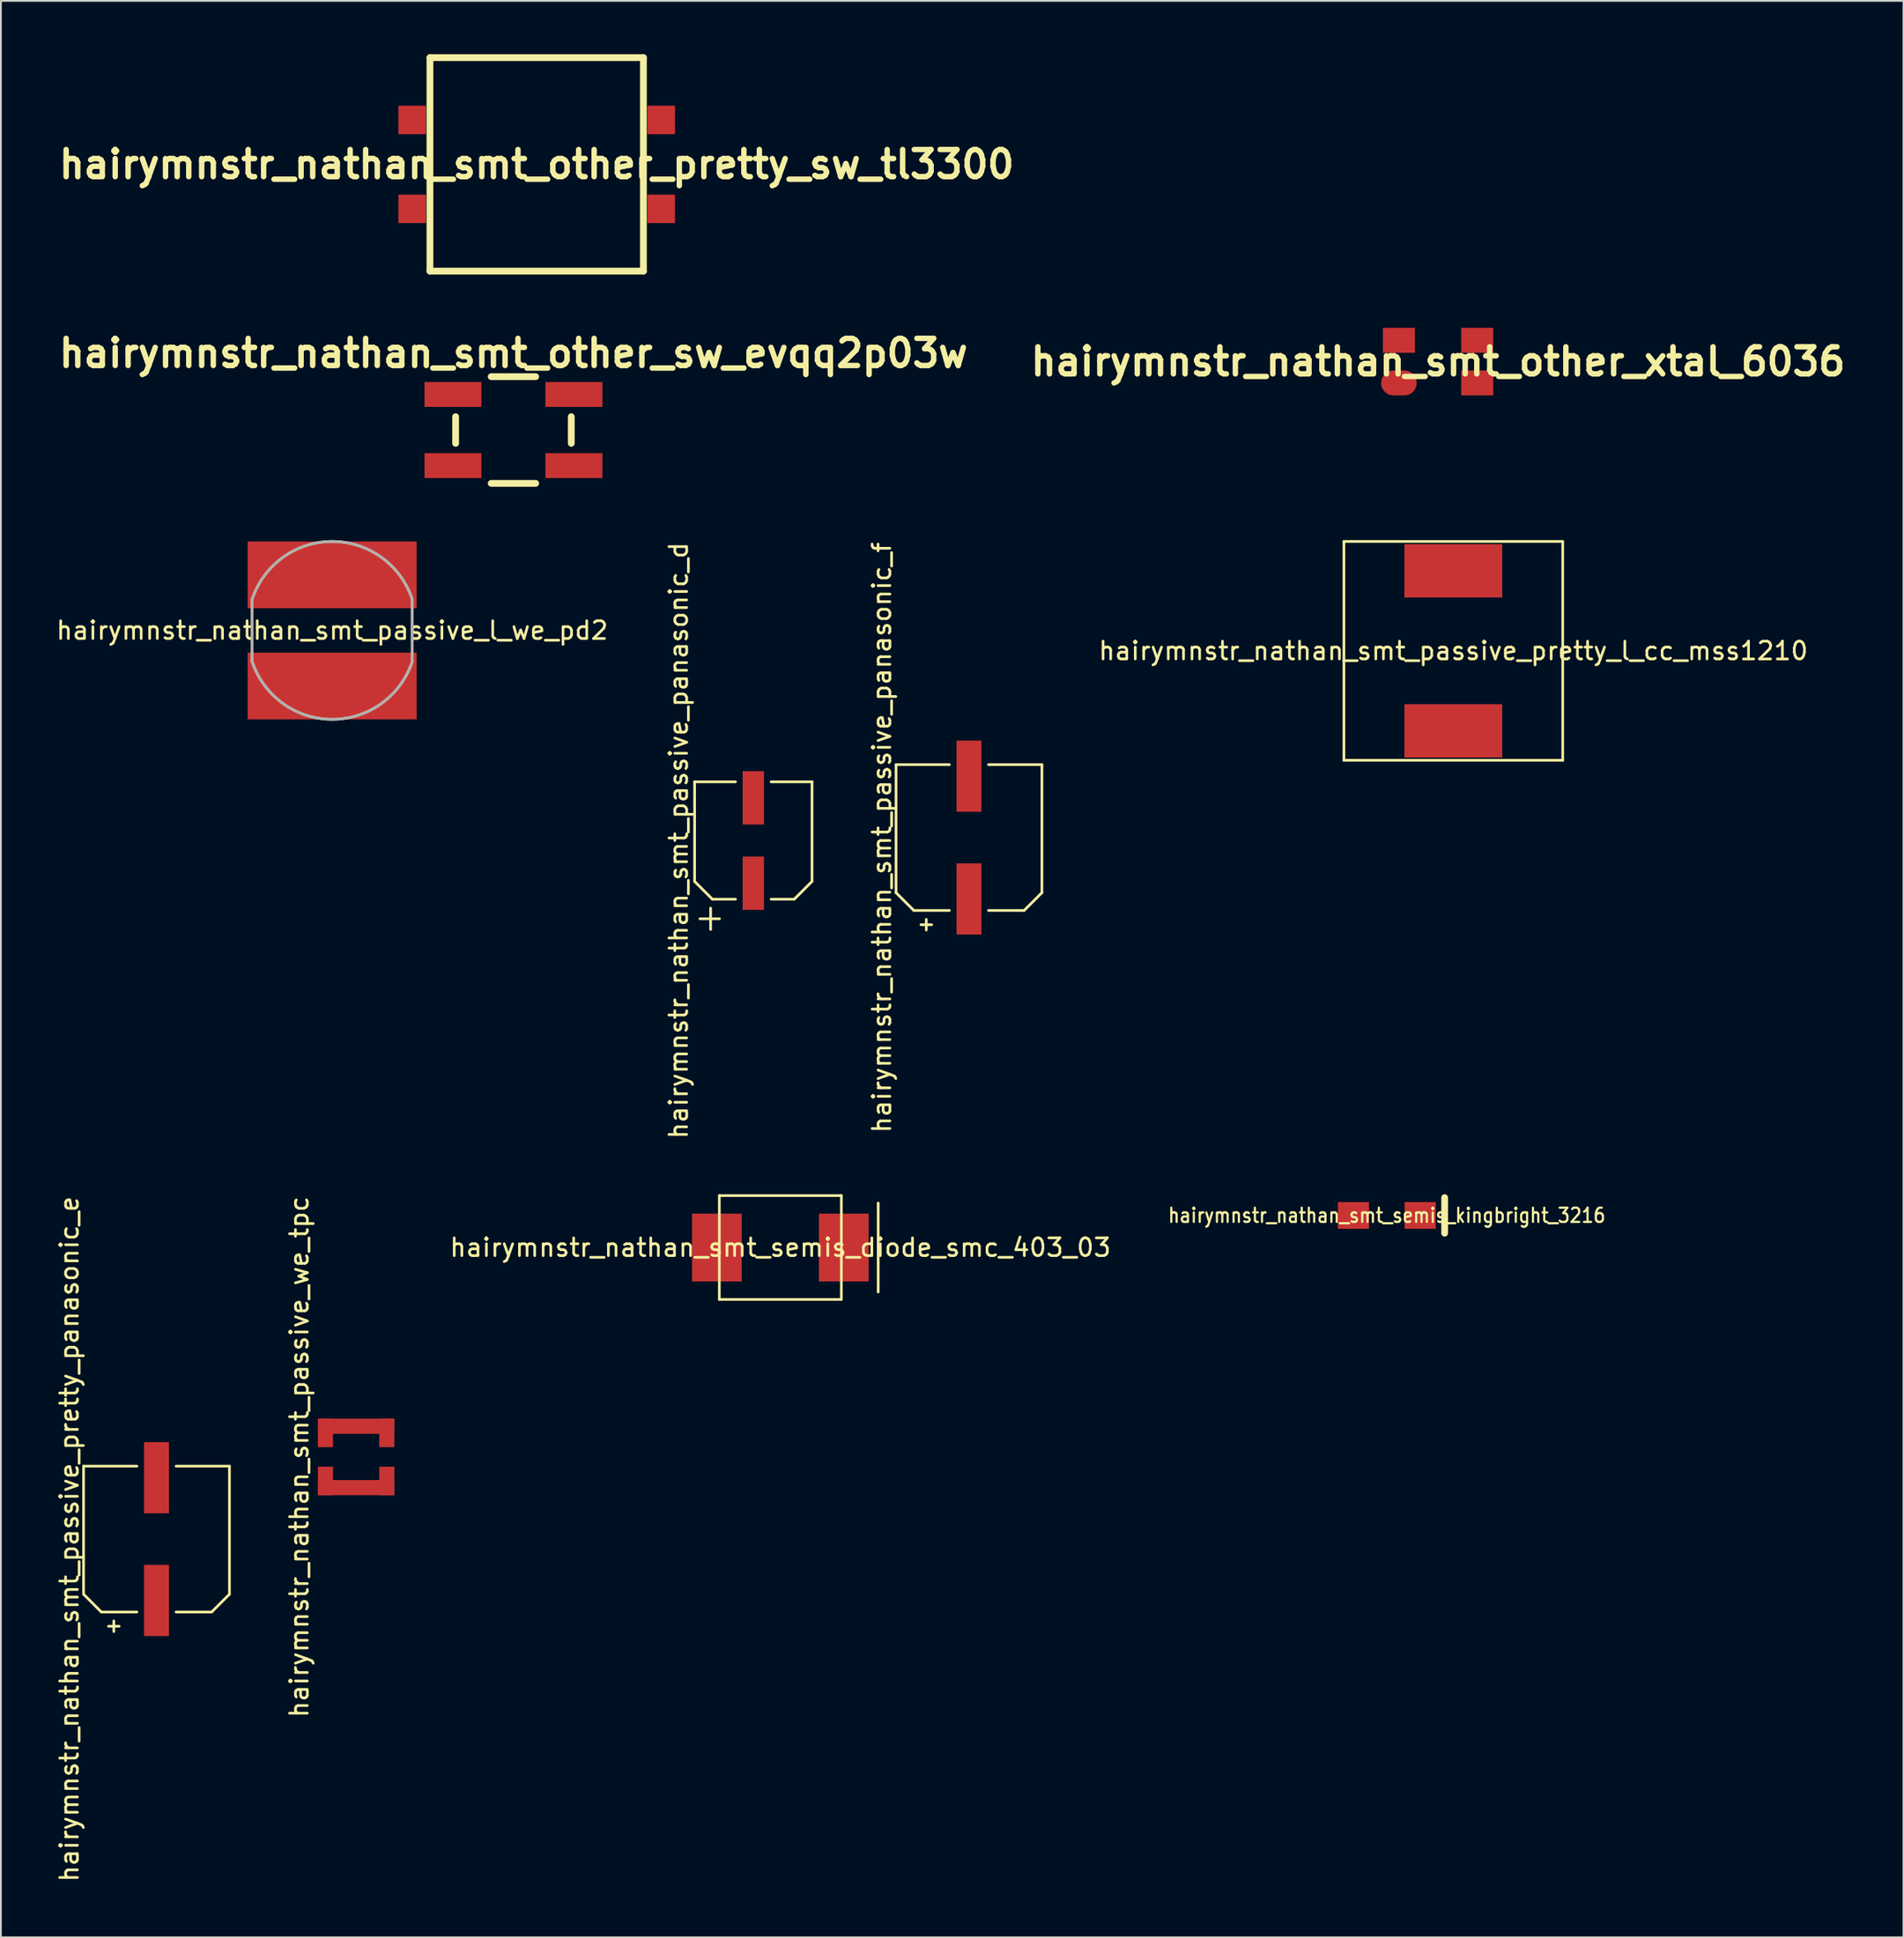
<source format=kicad_pcb>
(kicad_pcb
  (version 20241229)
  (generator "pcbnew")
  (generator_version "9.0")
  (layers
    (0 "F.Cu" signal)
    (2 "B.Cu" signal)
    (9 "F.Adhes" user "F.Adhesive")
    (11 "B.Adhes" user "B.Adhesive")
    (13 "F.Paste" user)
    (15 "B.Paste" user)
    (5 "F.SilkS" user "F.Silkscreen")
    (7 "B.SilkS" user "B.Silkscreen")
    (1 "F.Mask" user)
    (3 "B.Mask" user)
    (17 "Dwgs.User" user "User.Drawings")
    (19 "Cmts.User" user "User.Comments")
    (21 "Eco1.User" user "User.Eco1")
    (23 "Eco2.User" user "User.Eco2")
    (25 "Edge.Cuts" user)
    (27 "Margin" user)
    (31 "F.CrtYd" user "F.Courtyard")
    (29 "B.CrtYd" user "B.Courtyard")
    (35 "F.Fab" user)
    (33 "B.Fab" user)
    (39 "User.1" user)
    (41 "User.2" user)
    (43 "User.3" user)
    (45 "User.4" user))
  (footprint "hairymnstr_nathan_smt_passive_we_tpc"
    (layer "F.Cu")
    (at 16.971 78.857)
    (property "Reference" "hairymnstr_nathan_smt_passive_we_tpc" (at -3.2 0 90) (layer "F.SilkS") (effects (font (size 1 1) (thickness 0.15))))
    (attr smd)
    (pad "1" smd rect (at -1.725 1.35) (size 0.85 1.6) (layers "F.Cu" "F.Mask" "F.Paste"))
    (pad "1" smd rect (at 0 1.725) (size 4.3 0.85) (layers "F.Cu" "F.Mask" "F.Paste"))
    (pad "1" smd rect (at 1.725 1.35) (size 0.85 1.6) (layers "F.Cu" "F.Mask" "F.Paste"))
    (pad "2" smd rect (at -1.725 -1.35) (size 0.85 1.6) (layers "F.Cu" "F.Mask" "F.Paste"))
    (pad "2" smd rect (at 0 -1.725) (size 4.3 0.85) (layers "F.Cu" "F.Mask" "F.Paste"))
    (pad "2" smd rect (at 1.725 -1.35) (size 0.85 1.6) (layers "F.Cu" "F.Mask" "F.Paste")))
  (footprint "hairymnstr_nathan_smt_passive_pretty_l_cc_mss1210"
    (layer "F.Cu")
    (at 78.65 33.541)
    (property "Reference" "hairymnstr_nathan_smt_passive_pretty_l_cc_mss1210" (at 0 0 0) (layer "F.SilkS") (effects (font (size 1 1) (thickness 0.15))))
    (attr through_hole)
    (fp_line (start -6.15 -6.15) (end 6.15 -6.15) (stroke (width 0.15) (type solid)) (layer "F.SilkS"))
    (fp_line (start -6.15 6.15) (end -6.15 -6.15) (stroke (width 0.15) (type solid)) (layer "F.SilkS"))
    (fp_line (start 6.15 -6.15) (end 6.15 6.15) (stroke (width 0.15) (type solid)) (layer "F.SilkS"))
    (fp_line (start 6.15 6.15) (end -6.15 6.15) (stroke (width 0.15) (type solid)) (layer "F.SilkS"))
    (pad "1" smd rect (at 0 -4.5) (size 5.5 3) (layers "F.Cu" "F.Mask" "F.Paste"))
    (pad "2" smd rect (at 0 4.5) (size 5.5 3) (layers "F.Cu" "F.Mask" "F.Paste")))
  (footprint "hairymnstr_nathan_smt_semis_diode_smc_403_03"
    (layer "F.Cu")
    (at 40.818 67.085)
    (property "Reference" "hairymnstr_nathan_smt_semis_diode_smc_403_03" (at 0 0 0) (layer "F.SilkS") (effects (font (size 1 1) (thickness 0.15))))
    (attr smd)
    (fp_line (start -3.43 -2.92) (end 3.43 -2.92) (stroke (width 0.15) (type solid)) (layer "F.SilkS"))
    (fp_line (start -3.43 2.92) (end -3.43 -2.92) (stroke (width 0.15) (type solid)) (layer "F.SilkS"))
    (fp_line (start 3.43 -2.92) (end 3.43 2.92) (stroke (width 0.15) (type solid)) (layer "F.SilkS"))
    (fp_line (start 3.43 2.92) (end -3.43 2.92) (stroke (width 0.15) (type solid)) (layer "F.SilkS"))
    (fp_line (start 5.5 -2.5) (end 5.5 2.5) (stroke (width 0.15) (type solid)) (layer "F.SilkS"))
    (pad "1" smd rect (at -3.568 0) (size 2.794 3.81) (layers "F.Cu" "F.Mask" "F.Paste"))
    (pad "2" smd rect (at 3.568 0) (size 2.794 3.81) (layers "F.Cu" "F.Mask" "F.Paste")))
  (footprint "hairymnstr_nathan_smt_other_xtal_6036"
    (layer "F.Cu")
    (at 77.792 17.28)
    (property "Reference" "hairymnstr_nathan_smt_other_xtal_6036" (at 0 0 0) (layer "F.SilkS") (effects (font (size 1.524 1.524) (thickness 0.305))))
    (attr smd)
    (pad "1" smd oval (at -2.2 1.199) (size 1.999 1.4) (layers "F.Cu" "F.Mask" "F.Paste"))
    (pad "2" smd rect (at 2.2 1.199) (size 1.801 1.4) (layers "F.Cu" "F.Mask" "F.Paste"))
    (pad "3" smd rect (at 2.2 -1.199) (size 1.801 1.4) (layers "F.Cu" "F.Mask" "F.Paste"))
    (pad "4" smd rect (at -2.2 -1.199) (size 1.801 1.4) (layers "F.Cu" "F.Mask" "F.Paste")))
  (footprint "hairymnstr_nathan_smt_semis_kingbright_3216"
    (layer "F.Cu")
    (at 74.912 65.28)
    (property "Reference" "hairymnstr_nathan_smt_semis_kingbright_3216" (at 0 0 0) (layer "F.SilkS") (effects (font (size 0.8 0.7) (thickness 0.123))))
    (attr smd)
    (fp_line (start 3.25 -1) (end 3.25 1) (stroke (width 0.381) (type solid)) (layer "F.SilkS"))
    (pad "1" smd rect (at -1.875 0) (size 1.75 1.5) (layers "F.Cu" "F.Mask" "F.Paste"))
    (pad "2" smd rect (at 1.875 0) (size 1.75 1.5) (layers "F.Cu" "F.Mask" "F.Paste")))
  (footprint "hairymnstr_nathan_smt_other_pretty_sw_tl3300"
    (layer "F.Cu")
    (at 27.12 6.191)
    (property "Reference" "hairymnstr_nathan_smt_other_pretty_sw_tl3300" (at 0 0 0) (layer "F.SilkS") (effects (font (size 1.524 1.524) (thickness 0.305))))
    (attr smd)
    (fp_line (start -6 -6) (end -6 6) (stroke (width 0.381) (type solid)) (layer "F.SilkS"))
    (fp_line (start -6 6) (end 6 6) (stroke (width 0.381) (type solid)) (layer "F.SilkS"))
    (fp_line (start 6 -6) (end -6 -6) (stroke (width 0.381) (type solid)) (layer "F.SilkS"))
    (fp_line (start 6 6) (end 6 -6) (stroke (width 0.381) (type solid)) (layer "F.SilkS"))
    (pad "1" smd rect (at -7 -2.5) (size 1.55 1.6) (layers "F.Cu" "F.Mask" "F.Paste"))
    (pad "2" smd rect (at -7 2.5) (size 1.55 1.6) (layers "F.Cu" "F.Mask" "F.Paste"))
    (pad "3" smd rect (at 7 -2.5) (size 1.55 1.6) (layers "F.Cu" "F.Mask" "F.Paste"))
    (pad "4" smd rect (at 7 2.5) (size 1.55 1.6) (layers "F.Cu" "F.Mask" "F.Paste")))
  (footprint "hairymnstr_nathan_smt_passive_panasonic_f"
    (layer "F.Cu")
    (at 51.422 44.036)
    (property "Reference" "hairymnstr_nathan_smt_passive_panasonic_f" (at -4.9 0 90) (layer "F.SilkS") (effects (font (size 1 1) (thickness 0.15))))
    (attr through_hole)
    (fp_line (start -4.1 -4.1) (end -4.1 3.1) (stroke (width 0.15) (type solid)) (layer "F.SilkS"))
    (fp_line (start -4.1 -4.1) (end -1.1 -4.1) (stroke (width 0.15) (type solid)) (layer "F.SilkS"))
    (fp_line (start -4.1 3.1) (end -3.1 4.1) (stroke (width 0.15) (type solid)) (layer "F.SilkS"))
    (fp_line (start -3.1 4.1) (end -1.1 4.1) (stroke (width 0.15) (type solid)) (layer "F.SilkS"))
    (fp_line (start -2.7 4.9) (end -2.1 4.9) (stroke (width 0.15) (type solid)) (layer "F.SilkS"))
    (fp_line (start -2.4 4.6) (end -2.4 5.2) (stroke (width 0.15) (type solid)) (layer "F.SilkS"))
    (fp_line (start 1.1 -4.1) (end 4.1 -4.1) (stroke (width 0.15) (type solid)) (layer "F.SilkS"))
    (fp_line (start 3.1 4.1) (end 1.1 4.1) (stroke (width 0.15) (type solid)) (layer "F.SilkS"))
    (fp_line (start 4.1 -4.1) (end 4.1 3.1) (stroke (width 0.15) (type solid)) (layer "F.SilkS"))
    (fp_line (start 4.1 3.1) (end 3.1 4.1) (stroke (width 0.15) (type solid)) (layer "F.SilkS"))
    (pad "1" smd rect (at 0 3.45) (size 1.4 4) (layers "F.Cu" "F.Mask" "F.Paste"))
    (pad "2" smd rect (at 0 -3.45) (size 1.4 4) (layers "F.Cu" "F.Mask" "F.Paste")))
  (footprint "hairymnstr_nathan_smt_passive_l_we_pd2"
    (layer "F.Cu")
    (at 15.625 32.391)
    (property "Reference" "hairymnstr_nathan_smt_passive_l_we_pd2" (at 0 0 0) (layer "F.SilkS") (effects (font (size 1 1) (thickness 0.15))))
    (attr smd)
    (fp_line (start -4.5 -1.75) (end -4.5 1.75) (stroke (width 0.15) (type solid)) (layer "F.SilkS"))
    (fp_line (start 4.5 -1.75) (end 4.5 1.75) (stroke (width 0.15) (type solid)) (layer "F.SilkS"))
    (fp_arc (start -4.5 -1.75) (mid 0.001678 -5.000263) (end 4.501054 -1.746814) (stroke (width 0.15) (type solid)) (layer "F.SilkS"))
    (fp_arc (start 4.5 1.75) (mid -0.001678 5.000263) (end -4.501054 1.746814) (stroke (width 0.15) (type solid)) (layer "F.SilkS"))
    (fp_line (start -4.5 -1.75) (end -4.5 1.75) (stroke (width 0.15) (type solid)) (layer "F.Fab"))
    (fp_line (start 4.5 -1.75) (end 4.5 1.75) (stroke (width 0.15) (type solid)) (layer "F.Fab"))
    (fp_arc (start -4.5 -1.75) (mid 0.001678 -5.000263) (end 4.501054 -1.746814) (stroke (width 0.15) (type solid)) (layer "F.Fab"))
    (fp_arc (start 4.5 1.75) (mid -0.001678 5.000263) (end -4.501054 1.746814) (stroke (width 0.15) (type solid)) (layer "F.Fab"))
    (pad "1" smd rect (at 0 3.125) (size 9.5 3.75) (layers "F.Cu" "F.Mask" "F.Paste"))
    (pad "2" smd rect (at 0 -3.125) (size 9.5 3.75) (layers "F.Cu" "F.Mask" "F.Paste")))
  (footprint "hairymnstr_nathan_smt_passive_pretty_panasonic_e"
    (layer "F.Cu")
    (at 5.748 83.476)
    (property "Reference" "hairymnstr_nathan_smt_passive_pretty_panasonic_e" (at -4.9 0 90) (layer "F.SilkS") (effects (font (size 1 1) (thickness 0.15))))
    (attr through_hole)
    (fp_line (start -4.1 -4.1) (end -4.1 3.1) (stroke (width 0.15) (type solid)) (layer "F.SilkS"))
    (fp_line (start -4.1 -4.1) (end -1.1 -4.1) (stroke (width 0.15) (type solid)) (layer "F.SilkS"))
    (fp_line (start -4.1 3.1) (end -3.1 4.1) (stroke (width 0.15) (type solid)) (layer "F.SilkS"))
    (fp_line (start -3.1 4.1) (end -1.1 4.1) (stroke (width 0.15) (type solid)) (layer "F.SilkS"))
    (fp_line (start -2.7 4.9) (end -2.1 4.9) (stroke (width 0.15) (type solid)) (layer "F.SilkS"))
    (fp_line (start -2.4 4.6) (end -2.4 5.2) (stroke (width 0.15) (type solid)) (layer "F.SilkS"))
    (fp_line (start 1.1 -4.1) (end 4.1 -4.1) (stroke (width 0.15) (type solid)) (layer "F.SilkS"))
    (fp_line (start 3.1 4.1) (end 1.1 4.1) (stroke (width 0.15) (type solid)) (layer "F.SilkS"))
    (fp_line (start 4.1 -4.1) (end 4.1 3.1) (stroke (width 0.15) (type solid)) (layer "F.SilkS"))
    (fp_line (start 4.1 3.1) (end 3.1 4.1) (stroke (width 0.15) (type solid)) (layer "F.SilkS"))
    (pad "1" smd rect (at 0 3.45) (size 1.4 4) (layers "F.Cu" "F.Mask" "F.Paste"))
    (pad "2" smd rect (at 0 -3.45) (size 1.4 4) (layers "F.Cu" "F.Mask" "F.Paste")))
  (footprint "hairymnstr_nathan_smt_other_sw_evqq2p03w"
    (layer "F.Cu")
    (at 25.814 21.125)
    (property "Reference" "hairymnstr_nathan_smt_other_sw_evqq2p03w" (at 0 -4.318 0) (layer "F.SilkS") (effects (font (size 1.524 1.524) (thickness 0.305))))
    (attr smd)
    (fp_line (start -3.251 -0.749) (end -3.251 0.749) (stroke (width 0.381) (type solid)) (layer "F.SilkS"))
    (fp_line (start -1.25 -3) (end 1.25 -3) (stroke (width 0.381) (type solid)) (layer "F.SilkS"))
    (fp_line (start -1.25 3) (end 1.25 3) (stroke (width 0.381) (type solid)) (layer "F.SilkS"))
    (fp_line (start 3.251 -0.749) (end 3.251 0.749) (stroke (width 0.381) (type solid)) (layer "F.SilkS"))
    (pad "1" smd rect (at -3.401 1.999) (size 3.2 1.397) (layers "F.Cu" "F.Mask" "F.Paste"))
    (pad "2" smd rect (at -3.401 -1.999) (size 3.2 1.397) (layers "F.Cu" "F.Mask" "F.Paste"))
    (pad "3" smd rect (at 3.401 1.999) (size 3.2 1.397) (layers "F.Cu" "F.Mask" "F.Paste"))
    (pad "4" smd rect (at 3.401 -1.999) (size 3.2 1.397) (layers "F.Cu" "F.Mask" "F.Paste")))
  (footprint "hairymnstr_nathan_smt_passive_panasonic_d"
    (layer "F.Cu")
    (at 39.298 44.203)
    (property "Reference" "hairymnstr_nathan_smt_passive_panasonic_d" (at -4.2 0 90) (layer "F.SilkS") (effects (font (size 1 1) (thickness 0.15))))
    (attr through_hole)
    (fp_line (start -3.3 -3.3) (end -3.3 2.3) (stroke (width 0.15) (type solid)) (layer "F.SilkS"))
    (fp_line (start -3.3 -3.3) (end -1 -3.3) (stroke (width 0.15) (type solid)) (layer "F.SilkS"))
    (fp_line (start -3.3 2.3) (end -2.3 3.3) (stroke (width 0.15) (type solid)) (layer "F.SilkS"))
    (fp_line (start -3 4.4) (end -1.9 4.4) (stroke (width 0.15) (type solid)) (layer "F.SilkS"))
    (fp_line (start -2.4 3.8) (end -2.4 5) (stroke (width 0.15) (type solid)) (layer "F.SilkS"))
    (fp_line (start -2.3 3.3) (end -1 3.3) (stroke (width 0.15) (type solid)) (layer "F.SilkS"))
    (fp_line (start 1 -3.3) (end 3.3 -3.3) (stroke (width 0.15) (type solid)) (layer "F.SilkS"))
    (fp_line (start 2.3 3.3) (end 1 3.3) (stroke (width 0.15) (type solid)) (layer "F.SilkS"))
    (fp_line (start 3.3 -3.3) (end 3.3 2.3) (stroke (width 0.15) (type solid)) (layer "F.SilkS"))
    (fp_line (start 3.3 2.3) (end 2.3 3.3) (stroke (width 0.15) (type solid)) (layer "F.SilkS"))
    (pad "1" smd rect (at 0 2.4) (size 1.2 3) (layers "F.Cu" "F.Mask" "F.Paste"))
    (pad "2" smd rect (at 0 -2.4) (size 1.2 3) (layers "F.Cu" "F.Mask" "F.Paste")))
  (gr_rect
    (start -3 -3)
    (end 103.957 105.863)
    (stroke (width 0.1) (type default))
    (fill no)
    (layer "Edge.Cuts")))
</source>
